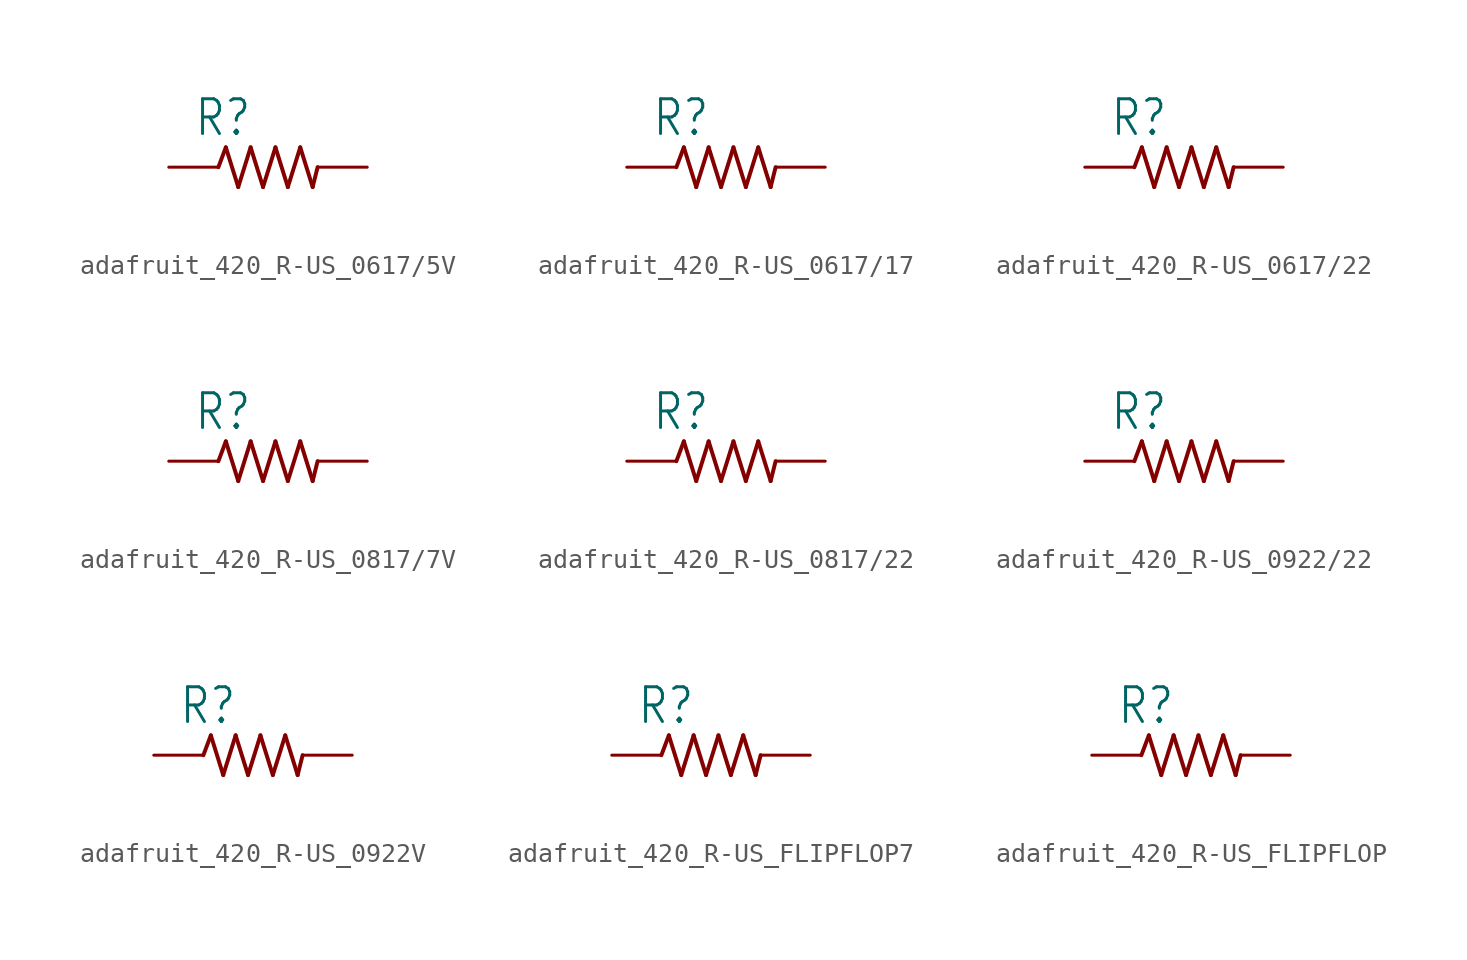
<source format=kicad_sym>
(kicad_symbol_lib
  (version 20241209)
  (generator "kicad_symbol_editor")
  (generator_version "9.0")
  (symbol "adafruit_420_R-US_0617/5V"
    (property "Reference" "R"
      (at -3.81 1.499 0)
      (effects (font (size 1.778 1.511)) (justify left bottom)))
    (property "Value" ""
      (at -3.81 -3.302 0)
      (effects (font (size 1.778 1.511)) (justify left bottom)))
    (property "ki_locked" ""
      (at 0 0 0)
      (effects (font (size 1.27 1.27))))
    (symbol "adafruit_420_R-US_0617/5V_1_0"
      (polyline (pts (xy -2.54 0) (xy -2.159 1.016)) (stroke (width 0.203) (type solid)) (fill (type none)))
      (polyline (pts (xy -2.159 1.016) (xy -1.524 -1.016)) (stroke (width 0.203) (type solid)) (fill (type none)))
      (polyline (pts (xy -1.524 -1.016) (xy -0.889 1.016)) (stroke (width 0.203) (type solid)) (fill (type none)))
      (polyline (pts (xy -0.889 1.016) (xy -0.254 -1.016)) (stroke (width 0.203) (type solid)) (fill (type none)))
      (polyline (pts (xy -0.254 -1.016) (xy 0.381 1.016)) (stroke (width 0.203) (type solid)) (fill (type none)))
      (polyline (pts (xy 0.381 1.016) (xy 1.016 -1.016)) (stroke (width 0.203) (type solid)) (fill (type none)))
      (polyline (pts (xy 1.016 -1.016) (xy 1.651 1.016)) (stroke (width 0.203) (type solid)) (fill (type none)))
      (polyline (pts (xy 1.651 1.016) (xy 2.286 -1.016)) (stroke (width 0.203) (type solid)) (fill (type none)))
      (polyline (pts (xy 2.286 -1.016) (xy 2.54 0)) (stroke (width 0.203) (type solid)) (fill (type none)))
      (pin passive line (at -5.08 0 0) (length 2.54) (name "1" (effects (font (size 0 0)))) (number "1" (effects (font (size 0 0)))))
      (pin passive line (at 5.08 0 180) (length 2.54) (name "2" (effects (font (size 0 0)))) (number "2" (effects (font (size 0 0)))))))
  (symbol "adafruit_420_R-US_0617/17"
    (property "Reference" "R"
      (at -3.81 1.499 0)
      (effects (font (size 1.778 1.511)) (justify left bottom)))
    (property "Value" ""
      (at -3.81 -3.302 0)
      (effects (font (size 1.778 1.511)) (justify left bottom)))
    (property "ki_locked" ""
      (at 0 0 0)
      (effects (font (size 1.27 1.27))))
    (symbol "adafruit_420_R-US_0617/17_1_0"
      (polyline (pts (xy -2.54 0) (xy -2.159 1.016)) (stroke (width 0.203) (type solid)) (fill (type none)))
      (polyline (pts (xy -2.159 1.016) (xy -1.524 -1.016)) (stroke (width 0.203) (type solid)) (fill (type none)))
      (polyline (pts (xy -1.524 -1.016) (xy -0.889 1.016)) (stroke (width 0.203) (type solid)) (fill (type none)))
      (polyline (pts (xy -0.889 1.016) (xy -0.254 -1.016)) (stroke (width 0.203) (type solid)) (fill (type none)))
      (polyline (pts (xy -0.254 -1.016) (xy 0.381 1.016)) (stroke (width 0.203) (type solid)) (fill (type none)))
      (polyline (pts (xy 0.381 1.016) (xy 1.016 -1.016)) (stroke (width 0.203) (type solid)) (fill (type none)))
      (polyline (pts (xy 1.016 -1.016) (xy 1.651 1.016)) (stroke (width 0.203) (type solid)) (fill (type none)))
      (polyline (pts (xy 1.651 1.016) (xy 2.286 -1.016)) (stroke (width 0.203) (type solid)) (fill (type none)))
      (polyline (pts (xy 2.286 -1.016) (xy 2.54 0)) (stroke (width 0.203) (type solid)) (fill (type none)))
      (pin passive line (at -5.08 0 0) (length 2.54) (name "1" (effects (font (size 0 0)))) (number "1" (effects (font (size 0 0)))))
      (pin passive line (at 5.08 0 180) (length 2.54) (name "2" (effects (font (size 0 0)))) (number "2" (effects (font (size 0 0)))))))
  (symbol "adafruit_420_R-US_0617/22"
    (property "Reference" "R"
      (at -3.81 1.499 0)
      (effects (font (size 1.778 1.511)) (justify left bottom)))
    (property "Value" ""
      (at -3.81 -3.302 0)
      (effects (font (size 1.778 1.511)) (justify left bottom)))
    (property "ki_locked" ""
      (at 0 0 0)
      (effects (font (size 1.27 1.27))))
    (symbol "adafruit_420_R-US_0617/22_1_0"
      (polyline (pts (xy -2.54 0) (xy -2.159 1.016)) (stroke (width 0.203) (type solid)) (fill (type none)))
      (polyline (pts (xy -2.159 1.016) (xy -1.524 -1.016)) (stroke (width 0.203) (type solid)) (fill (type none)))
      (polyline (pts (xy -1.524 -1.016) (xy -0.889 1.016)) (stroke (width 0.203) (type solid)) (fill (type none)))
      (polyline (pts (xy -0.889 1.016) (xy -0.254 -1.016)) (stroke (width 0.203) (type solid)) (fill (type none)))
      (polyline (pts (xy -0.254 -1.016) (xy 0.381 1.016)) (stroke (width 0.203) (type solid)) (fill (type none)))
      (polyline (pts (xy 0.381 1.016) (xy 1.016 -1.016)) (stroke (width 0.203) (type solid)) (fill (type none)))
      (polyline (pts (xy 1.016 -1.016) (xy 1.651 1.016)) (stroke (width 0.203) (type solid)) (fill (type none)))
      (polyline (pts (xy 1.651 1.016) (xy 2.286 -1.016)) (stroke (width 0.203) (type solid)) (fill (type none)))
      (polyline (pts (xy 2.286 -1.016) (xy 2.54 0)) (stroke (width 0.203) (type solid)) (fill (type none)))
      (pin passive line (at -5.08 0 0) (length 2.54) (name "1" (effects (font (size 0 0)))) (number "1" (effects (font (size 0 0)))))
      (pin passive line (at 5.08 0 180) (length 2.54) (name "2" (effects (font (size 0 0)))) (number "2" (effects (font (size 0 0)))))))
  (symbol "adafruit_420_R-US_0817/7V"
    (property "Reference" "R"
      (at -3.81 1.499 0)
      (effects (font (size 1.778 1.511)) (justify left bottom)))
    (property "Value" ""
      (at -3.81 -3.302 0)
      (effects (font (size 1.778 1.511)) (justify left bottom)))
    (property "ki_locked" ""
      (at 0 0 0)
      (effects (font (size 1.27 1.27))))
    (symbol "adafruit_420_R-US_0817/7V_1_0"
      (polyline (pts (xy -2.54 0) (xy -2.159 1.016)) (stroke (width 0.203) (type solid)) (fill (type none)))
      (polyline (pts (xy -2.159 1.016) (xy -1.524 -1.016)) (stroke (width 0.203) (type solid)) (fill (type none)))
      (polyline (pts (xy -1.524 -1.016) (xy -0.889 1.016)) (stroke (width 0.203) (type solid)) (fill (type none)))
      (polyline (pts (xy -0.889 1.016) (xy -0.254 -1.016)) (stroke (width 0.203) (type solid)) (fill (type none)))
      (polyline (pts (xy -0.254 -1.016) (xy 0.381 1.016)) (stroke (width 0.203) (type solid)) (fill (type none)))
      (polyline (pts (xy 0.381 1.016) (xy 1.016 -1.016)) (stroke (width 0.203) (type solid)) (fill (type none)))
      (polyline (pts (xy 1.016 -1.016) (xy 1.651 1.016)) (stroke (width 0.203) (type solid)) (fill (type none)))
      (polyline (pts (xy 1.651 1.016) (xy 2.286 -1.016)) (stroke (width 0.203) (type solid)) (fill (type none)))
      (polyline (pts (xy 2.286 -1.016) (xy 2.54 0)) (stroke (width 0.203) (type solid)) (fill (type none)))
      (pin passive line (at -5.08 0 0) (length 2.54) (name "1" (effects (font (size 0 0)))) (number "1" (effects (font (size 0 0)))))
      (pin passive line (at 5.08 0 180) (length 2.54) (name "2" (effects (font (size 0 0)))) (number "2" (effects (font (size 0 0)))))))
  (symbol "adafruit_420_R-US_0817/22"
    (property "Reference" "R"
      (at -3.81 1.499 0)
      (effects (font (size 1.778 1.511)) (justify left bottom)))
    (property "Value" ""
      (at -3.81 -3.302 0)
      (effects (font (size 1.778 1.511)) (justify left bottom)))
    (property "ki_locked" ""
      (at 0 0 0)
      (effects (font (size 1.27 1.27))))
    (symbol "adafruit_420_R-US_0817/22_1_0"
      (polyline (pts (xy -2.54 0) (xy -2.159 1.016)) (stroke (width 0.203) (type solid)) (fill (type none)))
      (polyline (pts (xy -2.159 1.016) (xy -1.524 -1.016)) (stroke (width 0.203) (type solid)) (fill (type none)))
      (polyline (pts (xy -1.524 -1.016) (xy -0.889 1.016)) (stroke (width 0.203) (type solid)) (fill (type none)))
      (polyline (pts (xy -0.889 1.016) (xy -0.254 -1.016)) (stroke (width 0.203) (type solid)) (fill (type none)))
      (polyline (pts (xy -0.254 -1.016) (xy 0.381 1.016)) (stroke (width 0.203) (type solid)) (fill (type none)))
      (polyline (pts (xy 0.381 1.016) (xy 1.016 -1.016)) (stroke (width 0.203) (type solid)) (fill (type none)))
      (polyline (pts (xy 1.016 -1.016) (xy 1.651 1.016)) (stroke (width 0.203) (type solid)) (fill (type none)))
      (polyline (pts (xy 1.651 1.016) (xy 2.286 -1.016)) (stroke (width 0.203) (type solid)) (fill (type none)))
      (polyline (pts (xy 2.286 -1.016) (xy 2.54 0)) (stroke (width 0.203) (type solid)) (fill (type none)))
      (pin passive line (at -5.08 0 0) (length 2.54) (name "1" (effects (font (size 0 0)))) (number "1" (effects (font (size 0 0)))))
      (pin passive line (at 5.08 0 180) (length 2.54) (name "2" (effects (font (size 0 0)))) (number "2" (effects (font (size 0 0)))))))
  (symbol "adafruit_420_R-US_0922/22"
    (property "Reference" "R"
      (at -3.81 1.499 0)
      (effects (font (size 1.778 1.511)) (justify left bottom)))
    (property "Value" ""
      (at -3.81 -3.302 0)
      (effects (font (size 1.778 1.511)) (justify left bottom)))
    (property "ki_locked" ""
      (at 0 0 0)
      (effects (font (size 1.27 1.27))))
    (symbol "adafruit_420_R-US_0922/22_1_0"
      (polyline (pts (xy -2.54 0) (xy -2.159 1.016)) (stroke (width 0.203) (type solid)) (fill (type none)))
      (polyline (pts (xy -2.159 1.016) (xy -1.524 -1.016)) (stroke (width 0.203) (type solid)) (fill (type none)))
      (polyline (pts (xy -1.524 -1.016) (xy -0.889 1.016)) (stroke (width 0.203) (type solid)) (fill (type none)))
      (polyline (pts (xy -0.889 1.016) (xy -0.254 -1.016)) (stroke (width 0.203) (type solid)) (fill (type none)))
      (polyline (pts (xy -0.254 -1.016) (xy 0.381 1.016)) (stroke (width 0.203) (type solid)) (fill (type none)))
      (polyline (pts (xy 0.381 1.016) (xy 1.016 -1.016)) (stroke (width 0.203) (type solid)) (fill (type none)))
      (polyline (pts (xy 1.016 -1.016) (xy 1.651 1.016)) (stroke (width 0.203) (type solid)) (fill (type none)))
      (polyline (pts (xy 1.651 1.016) (xy 2.286 -1.016)) (stroke (width 0.203) (type solid)) (fill (type none)))
      (polyline (pts (xy 2.286 -1.016) (xy 2.54 0)) (stroke (width 0.203) (type solid)) (fill (type none)))
      (pin passive line (at -5.08 0 0) (length 2.54) (name "1" (effects (font (size 0 0)))) (number "1" (effects (font (size 0 0)))))
      (pin passive line (at 5.08 0 180) (length 2.54) (name "2" (effects (font (size 0 0)))) (number "2" (effects (font (size 0 0)))))))
  (symbol "adafruit_420_R-US_0922V"
    (property "Reference" "R"
      (at -3.81 1.499 0)
      (effects (font (size 1.778 1.511)) (justify left bottom)))
    (property "Value" ""
      (at -3.81 -3.302 0)
      (effects (font (size 1.778 1.511)) (justify left bottom)))
    (property "ki_locked" ""
      (at 0 0 0)
      (effects (font (size 1.27 1.27))))
    (symbol "adafruit_420_R-US_0922V_1_0"
      (polyline (pts (xy -2.54 0) (xy -2.159 1.016)) (stroke (width 0.203) (type solid)) (fill (type none)))
      (polyline (pts (xy -2.159 1.016) (xy -1.524 -1.016)) (stroke (width 0.203) (type solid)) (fill (type none)))
      (polyline (pts (xy -1.524 -1.016) (xy -0.889 1.016)) (stroke (width 0.203) (type solid)) (fill (type none)))
      (polyline (pts (xy -0.889 1.016) (xy -0.254 -1.016)) (stroke (width 0.203) (type solid)) (fill (type none)))
      (polyline (pts (xy -0.254 -1.016) (xy 0.381 1.016)) (stroke (width 0.203) (type solid)) (fill (type none)))
      (polyline (pts (xy 0.381 1.016) (xy 1.016 -1.016)) (stroke (width 0.203) (type solid)) (fill (type none)))
      (polyline (pts (xy 1.016 -1.016) (xy 1.651 1.016)) (stroke (width 0.203) (type solid)) (fill (type none)))
      (polyline (pts (xy 1.651 1.016) (xy 2.286 -1.016)) (stroke (width 0.203) (type solid)) (fill (type none)))
      (polyline (pts (xy 2.286 -1.016) (xy 2.54 0)) (stroke (width 0.203) (type solid)) (fill (type none)))
      (pin passive line (at -5.08 0 0) (length 2.54) (name "1" (effects (font (size 0 0)))) (number "1" (effects (font (size 0 0)))))
      (pin passive line (at 5.08 0 180) (length 2.54) (name "2" (effects (font (size 0 0)))) (number "2" (effects (font (size 0 0)))))))
  (symbol "adafruit_420_R-US_FLIPFLOP7"
    (property "Reference" "R"
      (at -3.81 1.499 0)
      (effects (font (size 1.778 1.511)) (justify left bottom)))
    (property "Value" ""
      (at -3.81 -3.302 0)
      (effects (font (size 1.778 1.511)) (justify left bottom)))
    (property "ki_locked" ""
      (at 0 0 0)
      (effects (font (size 1.27 1.27))))
    (symbol "adafruit_420_R-US_FLIPFLOP7_1_0"
      (polyline (pts (xy -2.54 0) (xy -2.159 1.016)) (stroke (width 0.203) (type solid)) (fill (type none)))
      (polyline (pts (xy -2.159 1.016) (xy -1.524 -1.016)) (stroke (width 0.203) (type solid)) (fill (type none)))
      (polyline (pts (xy -1.524 -1.016) (xy -0.889 1.016)) (stroke (width 0.203) (type solid)) (fill (type none)))
      (polyline (pts (xy -0.889 1.016) (xy -0.254 -1.016)) (stroke (width 0.203) (type solid)) (fill (type none)))
      (polyline (pts (xy -0.254 -1.016) (xy 0.381 1.016)) (stroke (width 0.203) (type solid)) (fill (type none)))
      (polyline (pts (xy 0.381 1.016) (xy 1.016 -1.016)) (stroke (width 0.203) (type solid)) (fill (type none)))
      (polyline (pts (xy 1.016 -1.016) (xy 1.651 1.016)) (stroke (width 0.203) (type solid)) (fill (type none)))
      (polyline (pts (xy 1.651 1.016) (xy 2.286 -1.016)) (stroke (width 0.203) (type solid)) (fill (type none)))
      (polyline (pts (xy 2.286 -1.016) (xy 2.54 0)) (stroke (width 0.203) (type solid)) (fill (type none)))
      (pin passive line (at -5.08 0 0) (length 2.54) (name "1" (effects (font (size 0 0)))) (number "1" (effects (font (size 0 0)))))
      (pin passive line (at 5.08 0 180) (length 2.54) (name "2" (effects (font (size 0 0)))) (number "2" (effects (font (size 0 0)))))))
  (symbol "adafruit_420_R-US_FLIPFLOP"
    (property "Reference" "R"
      (at -3.81 1.499 0)
      (effects (font (size 1.778 1.511)) (justify left bottom)))
    (property "Value" ""
      (at -3.81 -3.302 0)
      (effects (font (size 1.778 1.511)) (justify left bottom)))
    (property "ki_locked" ""
      (at 0 0 0)
      (effects (font (size 1.27 1.27))))
    (symbol "adafruit_420_R-US_FLIPFLOP_1_0"
      (polyline (pts (xy -2.54 0) (xy -2.159 1.016)) (stroke (width 0.203) (type solid)) (fill (type none)))
      (polyline (pts (xy -2.159 1.016) (xy -1.524 -1.016)) (stroke (width 0.203) (type solid)) (fill (type none)))
      (polyline (pts (xy -1.524 -1.016) (xy -0.889 1.016)) (stroke (width 0.203) (type solid)) (fill (type none)))
      (polyline (pts (xy -0.889 1.016) (xy -0.254 -1.016)) (stroke (width 0.203) (type solid)) (fill (type none)))
      (polyline (pts (xy -0.254 -1.016) (xy 0.381 1.016)) (stroke (width 0.203) (type solid)) (fill (type none)))
      (polyline (pts (xy 0.381 1.016) (xy 1.016 -1.016)) (stroke (width 0.203) (type solid)) (fill (type none)))
      (polyline (pts (xy 1.016 -1.016) (xy 1.651 1.016)) (stroke (width 0.203) (type solid)) (fill (type none)))
      (polyline (pts (xy 1.651 1.016) (xy 2.286 -1.016)) (stroke (width 0.203) (type solid)) (fill (type none)))
      (polyline (pts (xy 2.286 -1.016) (xy 2.54 0)) (stroke (width 0.203) (type solid)) (fill (type none)))
      (pin passive line (at -5.08 0 0) (length 2.54) (name "1" (effects (font (size 0 0)))) (number "1" (effects (font (size 0 0)))))
      (pin passive line (at 5.08 0 180) (length 2.54) (name "2" (effects (font (size 0 0)))) (number "2" (effects (font (size 0 0))))))))
</source>
